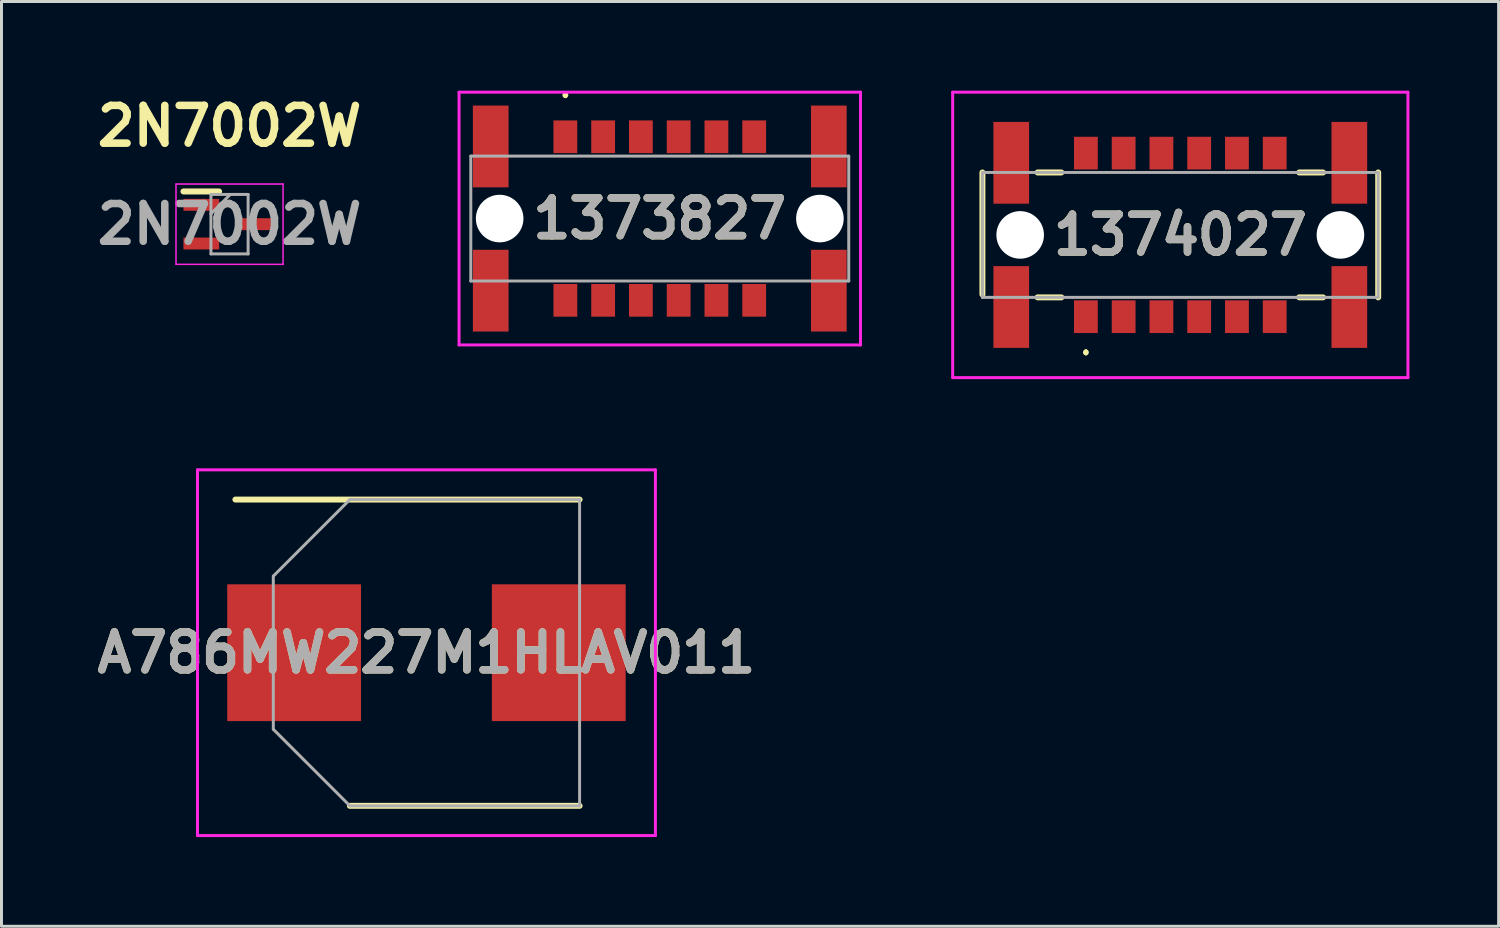
<source format=kicad_pcb>
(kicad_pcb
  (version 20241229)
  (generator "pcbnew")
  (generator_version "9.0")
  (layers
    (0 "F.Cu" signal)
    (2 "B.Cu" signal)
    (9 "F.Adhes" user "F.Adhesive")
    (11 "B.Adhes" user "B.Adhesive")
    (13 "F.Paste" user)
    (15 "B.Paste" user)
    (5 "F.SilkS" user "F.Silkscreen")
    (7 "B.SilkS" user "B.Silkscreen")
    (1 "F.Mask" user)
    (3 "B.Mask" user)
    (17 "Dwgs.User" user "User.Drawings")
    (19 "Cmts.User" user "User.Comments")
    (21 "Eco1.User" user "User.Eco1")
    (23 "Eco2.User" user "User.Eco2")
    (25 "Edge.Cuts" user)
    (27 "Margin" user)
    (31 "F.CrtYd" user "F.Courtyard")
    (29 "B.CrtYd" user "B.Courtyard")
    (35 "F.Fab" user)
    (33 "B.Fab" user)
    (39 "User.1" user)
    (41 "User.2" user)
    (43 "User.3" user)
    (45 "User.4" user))
  (footprint "A786MW227M1HLAV011"
    (layer "F.Cu")
    (at 11.291 18.9)
    (property "Reference" "A786MW227M1HLAV011" (at 0 0 0) (layer "F.SilkS") (effects (font (size 1.27 1.27) (thickness 0.254))))
    (attr smd)
    (fp_line (start -6.425 -5.15) (end 5.15 -5.15) (stroke (width 0.2) (type solid)) (layer "F.SilkS"))
    (fp_line (start -2.575 5.15) (end 5.15 5.15) (stroke (width 0.2) (type solid)) (layer "F.SilkS"))
    (fp_line (start -7.7 -6.15) (end 7.7 -6.15) (stroke (width 0.1) (type solid)) (layer "F.CrtYd"))
    (fp_line (start -7.7 6.15) (end -7.7 -6.15) (stroke (width 0.1) (type solid)) (layer "F.CrtYd"))
    (fp_line (start 7.7 -6.15) (end 7.7 6.15) (stroke (width 0.1) (type solid)) (layer "F.CrtYd"))
    (fp_line (start 7.7 6.15) (end -7.7 6.15) (stroke (width 0.1) (type solid)) (layer "F.CrtYd"))
    (fp_line (start -5.15 -2.575) (end -5.15 2.575) (stroke (width 0.1) (type solid)) (layer "F.Fab"))
    (fp_line (start -5.15 2.575) (end -2.575 5.15) (stroke (width 0.1) (type solid)) (layer "F.Fab"))
    (fp_line (start -2.575 -5.15) (end -5.15 -2.575) (stroke (width 0.1) (type solid)) (layer "F.Fab"))
    (fp_line (start -2.575 5.15) (end 5.15 5.15) (stroke (width 0.1) (type solid)) (layer "F.Fab"))
    (fp_line (start 5.15 -5.15) (end -2.575 -5.15) (stroke (width 0.1) (type solid)) (layer "F.Fab"))
    (fp_line (start 5.15 5.15) (end 5.15 -5.15) (stroke (width 0.1) (type solid)) (layer "F.Fab"))
    (fp_text user "${REFERENCE}" (at 0 0 0) (layer "F.Fab") (effects (font (size 1.27 1.27) (thickness 0.254))))
    (pad "1" smd rect (at -4.45 0) (size 4.5 4.6) (layers "F.Cu" "F.Mask" "F.Paste"))
    (pad "2" smd rect (at 4.45 0) (size 4.5 4.6) (layers "F.Cu" "F.Mask" "F.Paste")))
  (footprint "1373827"
    (layer "F.Cu")
    (at 19.138 4.3)
    (property "Reference" "1373827" (at 0 0 0) (layer "F.SilkS") (effects (font (size 1.27 1.27) (thickness 0.254))))
    (attr through_hole)
    (fp_line (start -3.175 -4.2) (end -3.175 -4.2) (stroke (width 0.1) (type solid)) (layer "F.SilkS"))
    (fp_line (start -3.175 -4.1) (end -3.175 -4.1) (stroke (width 0.1) (type solid)) (layer "F.SilkS"))
    (fp_arc (start -3.175 -4.2) (mid -3.125 -4.15) (end -3.175 -4.1) (stroke (width 0.1) (type solid)) (layer "F.SilkS"))
    (fp_arc (start -3.175 -4.1) (mid -3.225 -4.15) (end -3.175 -4.2) (stroke (width 0.1) (type solid)) (layer "F.SilkS"))
    (fp_line (start -6.75 -4.25) (end 6.75 -4.25) (stroke (width 0.1) (type solid)) (layer "F.CrtYd"))
    (fp_line (start -6.75 4.25) (end -6.75 -4.25) (stroke (width 0.1) (type solid)) (layer "F.CrtYd"))
    (fp_line (start 6.75 -4.25) (end 6.75 4.25) (stroke (width 0.1) (type solid)) (layer "F.CrtYd"))
    (fp_line (start 6.75 4.25) (end -6.75 4.25) (stroke (width 0.1) (type solid)) (layer "F.CrtYd"))
    (fp_line (start -6.355 -2.1) (end 6.355 -2.1) (stroke (width 0.1) (type solid)) (layer "F.Fab"))
    (fp_line (start -6.355 2.1) (end -6.355 -2.1) (stroke (width 0.1) (type solid)) (layer "F.Fab"))
    (fp_line (start 6.355 -2.1) (end 6.355 2.1) (stroke (width 0.1) (type solid)) (layer "F.Fab"))
    (fp_line (start 6.355 2.1) (end -6.355 2.1) (stroke (width 0.1) (type solid)) (layer "F.Fab"))
    (fp_text user "${REFERENCE}" (at 0 0 0) (layer "F.Fab") (effects (font (size 1.27 1.27) (thickness 0.254))))
    (pad "" np_thru_hole circle (at -5.385 0) (size 1.6 1.6) (drill 1.6) (layers "*.Cu" "*.Mask"))
    (pad "" np_thru_hole circle (at 5.385 0) (size 1.6 1.6) (drill 1.6) (layers "*.Cu" "*.Mask"))
    (pad "A1" smd rect (at -3.175 -2.75) (size 0.8 1.1) (layers "F.Cu" "F.Mask" "F.Paste"))
    (pad "A2" smd rect (at -1.905 -2.75) (size 0.8 1.1) (layers "F.Cu" "F.Mask" "F.Paste"))
    (pad "A3" smd rect (at -0.635 -2.75) (size 0.8 1.1) (layers "F.Cu" "F.Mask" "F.Paste"))
    (pad "A4" smd rect (at 0.635 -2.75) (size 0.8 1.1) (layers "F.Cu" "F.Mask" "F.Paste"))
    (pad "A5" smd rect (at 1.905 -2.75) (size 0.8 1.1) (layers "F.Cu" "F.Mask" "F.Paste"))
    (pad "A6" smd rect (at 3.175 -2.75) (size 0.8 1.1) (layers "F.Cu" "F.Mask" "F.Paste"))
    (pad "B1" smd rect (at -3.175 2.75) (size 0.8 1.1) (layers "F.Cu" "F.Mask" "F.Paste"))
    (pad "B2" smd rect (at -1.905 2.75) (size 0.8 1.1) (layers "F.Cu" "F.Mask" "F.Paste"))
    (pad "B3" smd rect (at -0.635 2.75) (size 0.8 1.1) (layers "F.Cu" "F.Mask" "F.Paste"))
    (pad "B4" smd rect (at 0.635 2.75) (size 0.8 1.1) (layers "F.Cu" "F.Mask" "F.Paste"))
    (pad "B5" smd rect (at 1.905 2.75) (size 0.8 1.1) (layers "F.Cu" "F.Mask" "F.Paste"))
    (pad "B6" smd rect (at 3.175 2.75) (size 0.8 1.1) (layers "F.Cu" "F.Mask" "F.Paste"))
    (pad "MP1" smd rect (at -5.685 -2.425) (size 1.2 2.75) (layers "F.Cu" "F.Mask" "F.Paste"))
    (pad "MP2" smd rect (at -5.685 2.425) (size 1.2 2.75) (layers "F.Cu" "F.Mask" "F.Paste"))
    (pad "MP3" smd rect (at 5.685 2.425) (size 1.2 2.75) (layers "F.Cu" "F.Mask" "F.Paste"))
    (pad "MP4" smd rect (at 5.685 -2.425) (size 1.2 2.75) (layers "F.Cu" "F.Mask" "F.Paste")))
  (footprint "2N7002W"
    (layer "F.Cu")
    (at 4.669 4.489)
    (property "Reference" "2N7002W" (at 0 -3.3 0) (layer "F.SilkS") (effects (font (size 1.27 1.27) (thickness 0.254))))
    (attr smd)
    (fp_line (start -1.55 -1.1) (end -0.35 -1.1) (stroke (width 0.2) (type solid)) (layer "F.SilkS"))
    (fp_line (start -1.8 -1.35) (end 1.8 -1.35) (stroke (width 0.05) (type solid)) (layer "F.CrtYd"))
    (fp_line (start -1.8 1.35) (end -1.8 -1.35) (stroke (width 0.05) (type solid)) (layer "F.CrtYd"))
    (fp_line (start 1.8 -1.35) (end 1.8 1.35) (stroke (width 0.05) (type solid)) (layer "F.CrtYd"))
    (fp_line (start 1.8 1.35) (end -1.8 1.35) (stroke (width 0.05) (type solid)) (layer "F.CrtYd"))
    (fp_line (start -0.625 -1) (end 0.625 -1) (stroke (width 0.1) (type solid)) (layer "F.Fab"))
    (fp_line (start -0.625 -0.35) (end 0.025 -1) (stroke (width 0.1) (type solid)) (layer "F.Fab"))
    (fp_line (start -0.625 1) (end -0.625 -1) (stroke (width 0.1) (type solid)) (layer "F.Fab"))
    (fp_line (start 0.625 -1) (end 0.625 1) (stroke (width 0.1) (type solid)) (layer "F.Fab"))
    (fp_line (start 0.625 1) (end -0.625 1) (stroke (width 0.1) (type solid)) (layer "F.Fab"))
    (fp_text user "${REFERENCE}" (at 0 0 0) (layer "F.Fab") (effects (font (size 1.27 1.27) (thickness 0.254))))
    (pad "1" smd rect (at -0.95 -0.65 90) (size 0.4 1.2) (layers "F.Cu" "F.Mask" "F.Paste"))
    (pad "2" smd rect (at -0.95 0.65 90) (size 0.4 1.2) (layers "F.Cu" "F.Mask" "F.Paste"))
    (pad "3" smd rect (at 0.95 0 90) (size 0.4 1.2) (layers "F.Cu" "F.Mask" "F.Paste")))
  (footprint "1374027"
    (layer "F.Cu")
    (at 36.643 4.85)
    (property "Reference" "1374027" (at 0 0 0) (layer "F.SilkS") (effects (font (size 1.27 1.27) (thickness 0.254))))
    (attr through_hole)
    (fp_line (start -6.655 -2.1) (end -6.655 2) (stroke (width 0.2) (type solid)) (layer "F.SilkS"))
    (fp_line (start -4.8 -2.1) (end -4 -2.1) (stroke (width 0.2) (type solid)) (layer "F.SilkS"))
    (fp_line (start -4.8 2.1) (end -4 2.1) (stroke (width 0.2) (type solid)) (layer "F.SilkS"))
    (fp_line (start -3.175 3.9) (end -3.175 3.9) (stroke (width 0.1) (type solid)) (layer "F.SilkS"))
    (fp_line (start -3.175 4) (end -3.175 4) (stroke (width 0.1) (type solid)) (layer "F.SilkS"))
    (fp_line (start 4 -2.1) (end 4.8 -2.1) (stroke (width 0.2) (type solid)) (layer "F.SilkS"))
    (fp_line (start 4 2.1) (end 4.8 2.1) (stroke (width 0.2) (type solid)) (layer "F.SilkS"))
    (fp_line (start 6.655 2.1) (end 6.655 -2.1) (stroke (width 0.2) (type solid)) (layer "F.SilkS"))
    (fp_arc (start -3.175 3.9) (mid -3.125 3.95) (end -3.175 4) (stroke (width 0.1) (type solid)) (layer "F.SilkS"))
    (fp_arc (start -3.175 4) (mid -3.225 3.95) (end -3.175 3.9) (stroke (width 0.1) (type solid)) (layer "F.SilkS"))
    (fp_line (start -7.655 -4.8) (end 7.655 -4.8) (stroke (width 0.1) (type solid)) (layer "F.CrtYd"))
    (fp_line (start -7.655 4.8) (end -7.655 -4.8) (stroke (width 0.1) (type solid)) (layer "F.CrtYd"))
    (fp_line (start 7.655 -4.8) (end 7.655 4.8) (stroke (width 0.1) (type solid)) (layer "F.CrtYd"))
    (fp_line (start 7.655 4.8) (end -7.655 4.8) (stroke (width 0.1) (type solid)) (layer "F.CrtYd"))
    (fp_line (start -6.655 -2.1) (end -6.655 2.1) (stroke (width 0.1) (type solid)) (layer "F.Fab"))
    (fp_line (start -6.655 2.1) (end 6.655 2.1) (stroke (width 0.1) (type solid)) (layer "F.Fab"))
    (fp_line (start 6.655 -2.1) (end -6.655 -2.1) (stroke (width 0.1) (type solid)) (layer "F.Fab"))
    (fp_line (start 6.655 2.1) (end 6.655 -2.1) (stroke (width 0.1) (type solid)) (layer "F.Fab"))
    (fp_text user "${REFERENCE}" (at 0 0 0) (layer "F.Fab") (effects (font (size 1.27 1.27) (thickness 0.254))))
    (pad "" np_thru_hole circle (at -5.385 0) (size 1.6 1.6) (drill 1.6) (layers "*.Cu" "*.Mask"))
    (pad "" np_thru_hole circle (at 5.385 0) (size 1.6 1.6) (drill 1.6) (layers "*.Cu" "*.Mask"))
    (pad "A1" smd rect (at -3.175 2.75) (size 0.8 1.1) (layers "F.Cu" "F.Mask" "F.Paste"))
    (pad "A2" smd rect (at -1.905 2.75) (size 0.8 1.1) (layers "F.Cu" "F.Mask" "F.Paste"))
    (pad "A3" smd rect (at -0.635 2.75) (size 0.8 1.1) (layers "F.Cu" "F.Mask" "F.Paste"))
    (pad "A4" smd rect (at 0.635 2.75) (size 0.8 1.1) (layers "F.Cu" "F.Mask" "F.Paste"))
    (pad "A5" smd rect (at 1.905 2.75) (size 0.8 1.1) (layers "F.Cu" "F.Mask" "F.Paste"))
    (pad "A6" smd rect (at 3.175 2.75) (size 0.8 1.1) (layers "F.Cu" "F.Mask" "F.Paste"))
    (pad "B1" smd rect (at -3.175 -2.75) (size 0.8 1.1) (layers "F.Cu" "F.Mask" "F.Paste"))
    (pad "B2" smd rect (at -1.905 -2.75) (size 0.8 1.1) (layers "F.Cu" "F.Mask" "F.Paste"))
    (pad "B3" smd rect (at -0.635 -2.75) (size 0.8 1.1) (layers "F.Cu" "F.Mask" "F.Paste"))
    (pad "B4" smd rect (at 0.635 -2.75) (size 0.8 1.1) (layers "F.Cu" "F.Mask" "F.Paste"))
    (pad "B5" smd rect (at 1.905 -2.75) (size 0.8 1.1) (layers "F.Cu" "F.Mask" "F.Paste"))
    (pad "B6" smd rect (at 3.175 -2.75) (size 0.8 1.1) (layers "F.Cu" "F.Mask" "F.Paste"))
    (pad "MP1" smd rect (at -5.685 2.425) (size 1.2 2.75) (layers "F.Cu" "F.Mask" "F.Paste"))
    (pad "MP2" smd rect (at 5.685 2.425) (size 1.2 2.75) (layers "F.Cu" "F.Mask" "F.Paste"))
    (pad "MP3" smd rect (at -5.685 -2.425) (size 1.2 2.75) (layers "F.Cu" "F.Mask" "F.Paste"))
    (pad "MP4" smd rect (at 5.685 -2.425) (size 1.2 2.75) (layers "F.Cu" "F.Mask" "F.Paste")))
  (gr_rect
    (start -3 -3)
    (end 47.348 28.1)
    (stroke (width 0.1) (type default))
    (fill no)
    (layer "Edge.Cuts")))
</source>
